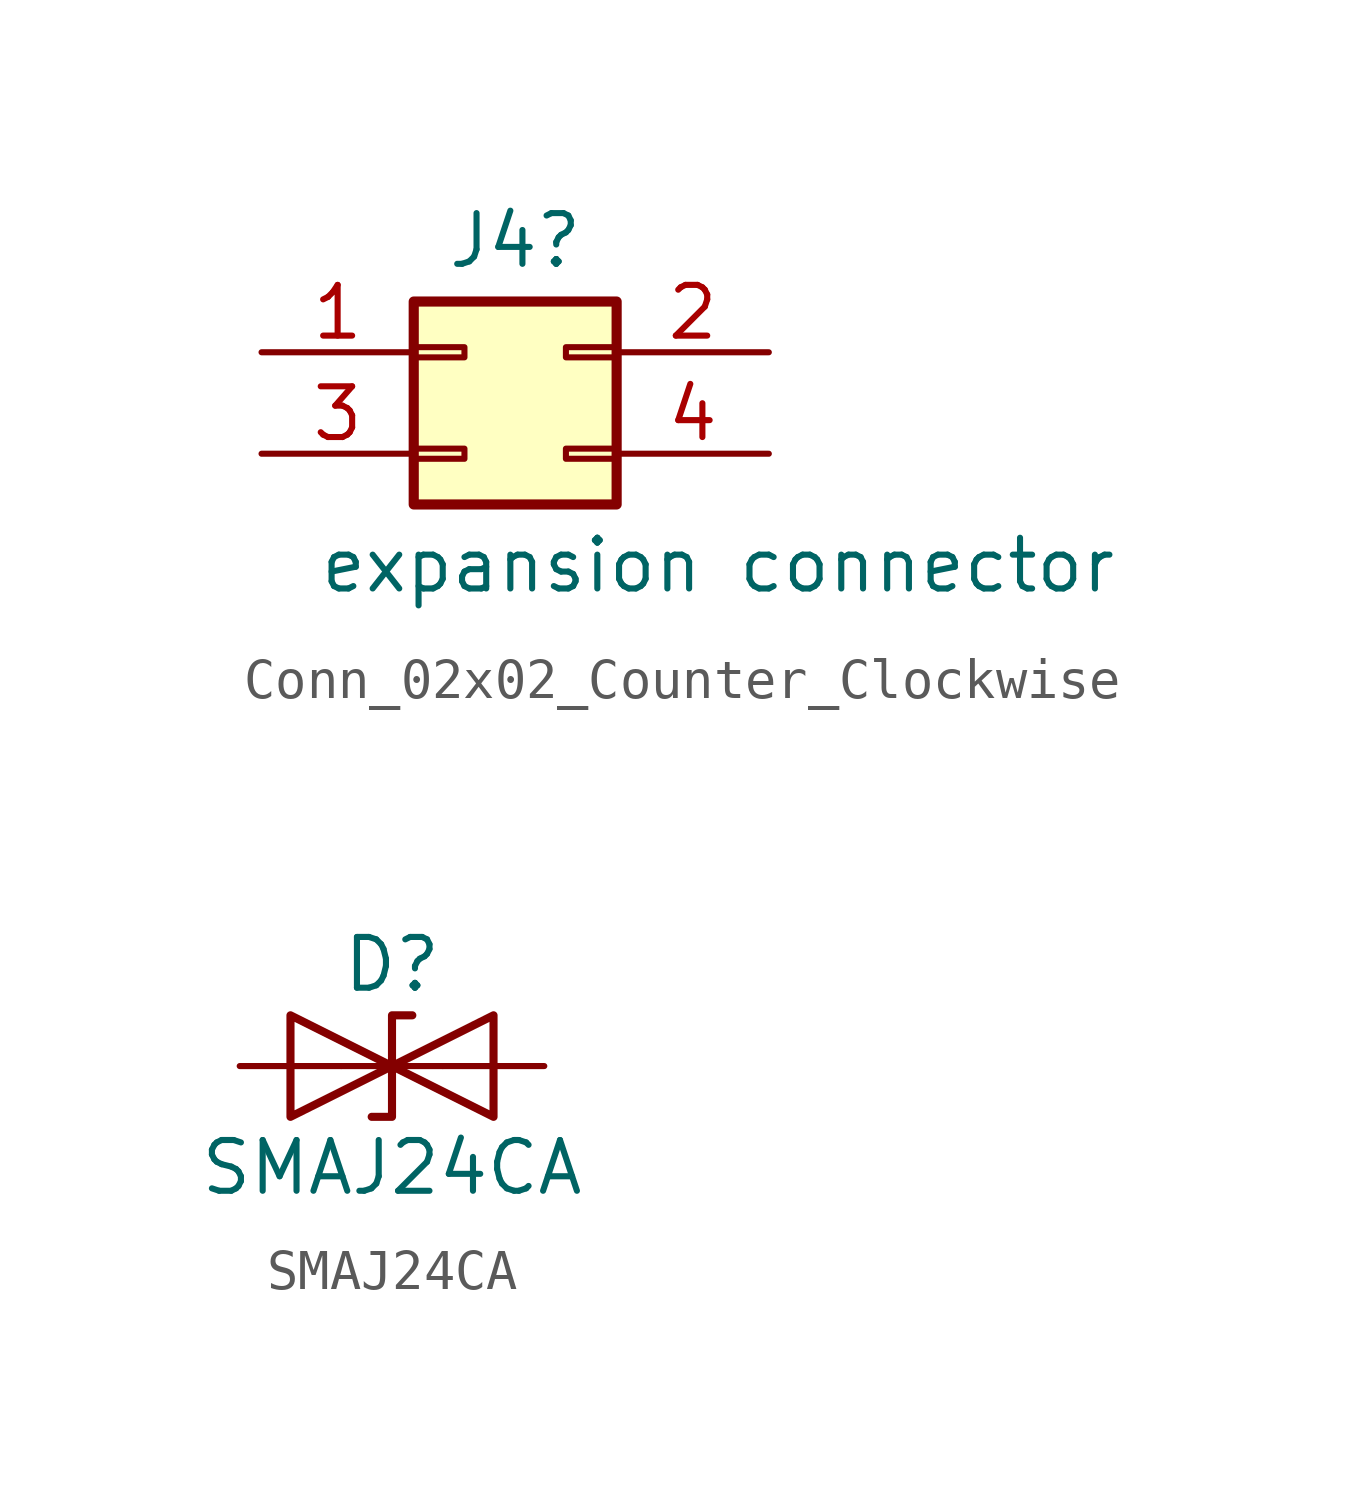
<source format=kicad_sym>
(kicad_symbol_lib
  (version 20241209)
  (generator "kicad_symbol_editor")
  (generator_version "9.0")
  (symbol "Conn_02x02_Counter_Clockwise"
    (pin_names
      (offset 1.016)
      (hide yes))
    (property "Reference" "J4"
      (at 1.27 2.794 0)
      (effects (font (size 1.27 1.27))))
    (property "Value" "expansion connector"
      (at 6.35 -5.334 0)
      (effects (font (size 1.27 1.27))))
    (symbol "Conn_02x02_Counter_Clockwise_1_1"
      (rectangle (start -1.27 1.27) (end 3.81 -3.81) (stroke (width 0.254) (type default)) (fill (type background)))
      (rectangle (start -1.27 0.127) (end 0 -0.127) (stroke (width 0.152) (type default)) (fill (type none)))
      (rectangle (start -1.27 -2.413) (end 0 -2.667) (stroke (width 0.152) (type default)) (fill (type none)))
      (rectangle (start 3.81 0.127) (end 2.54 -0.127) (stroke (width 0.152) (type default)) (fill (type none)))
      (rectangle (start 3.81 -2.413) (end 2.54 -2.667) (stroke (width 0.152) (type default)) (fill (type none)))
      (pin passive line (at -5.08 0 0) (length 3.81) (name "Pin_1" (effects (font (size 1.27 1.27)))) (number "1" (effects (font (size 1.27 1.27)))))
      (pin passive line (at -5.08 -2.54 0) (length 3.81) (name "Pin_2" (effects (font (size 1.27 1.27)))) (number "3" (effects (font (size 1.27 1.27)))))
      (pin passive line (at 7.62 0 180) (length 3.81) (name "Pin_4" (effects (font (size 1.27 1.27)))) (number "2" (effects (font (size 1.27 1.27)))))
      (pin passive line (at 7.62 -2.54 180) (length 3.81) (name "Pin_3" (effects (font (size 1.27 1.27)))) (number "4" (effects (font (size 1.27 1.27)))))))
  (symbol "SMAJ24CA"
    (pin_numbers
      (hide yes))
    (pin_names
      (offset 1.016)
      (hide yes))
    (property "Reference" "D"
      (at 0 2.54 0)
      (effects (font (size 1.27 1.27))))
    (property "Value" "SMAJ24CA"
      (at 0 -2.54 0)
      (effects (font (size 1.27 1.27))))
    (symbol "SMAJ24CA_0_1"
      (polyline (pts (xy -2.54 -1.27) (xy 0 0) (xy -2.54 1.27) (xy -2.54 -1.27)) (stroke (width 0.203) (type default)) (fill (type none)))
      (polyline (pts (xy 0.508 1.27) (xy 0 1.27) (xy 0 -1.27) (xy -0.508 -1.27)) (stroke (width 0.203) (type default)) (fill (type none)))
      (polyline (pts (xy 1.27 0) (xy -1.27 0)) (stroke (width 0) (type default)) (fill (type none)))
      (polyline (pts (xy 2.54 1.27) (xy 2.54 -1.27) (xy 0 0) (xy 2.54 1.27)) (stroke (width 0.203) (type default)) (fill (type none))))
    (symbol "SMAJ24CA_1_1"
      (pin passive line (at -3.81 0 0) (length 2.54) (name "A1" (effects (font (size 1.27 1.27)))) (number "1" (effects (font (size 1.27 1.27)))))
      (pin passive line (at 3.81 0 180) (length 2.54) (name "A2" (effects (font (size 1.27 1.27)))) (number "2" (effects (font (size 1.27 1.27))))))))
</source>
